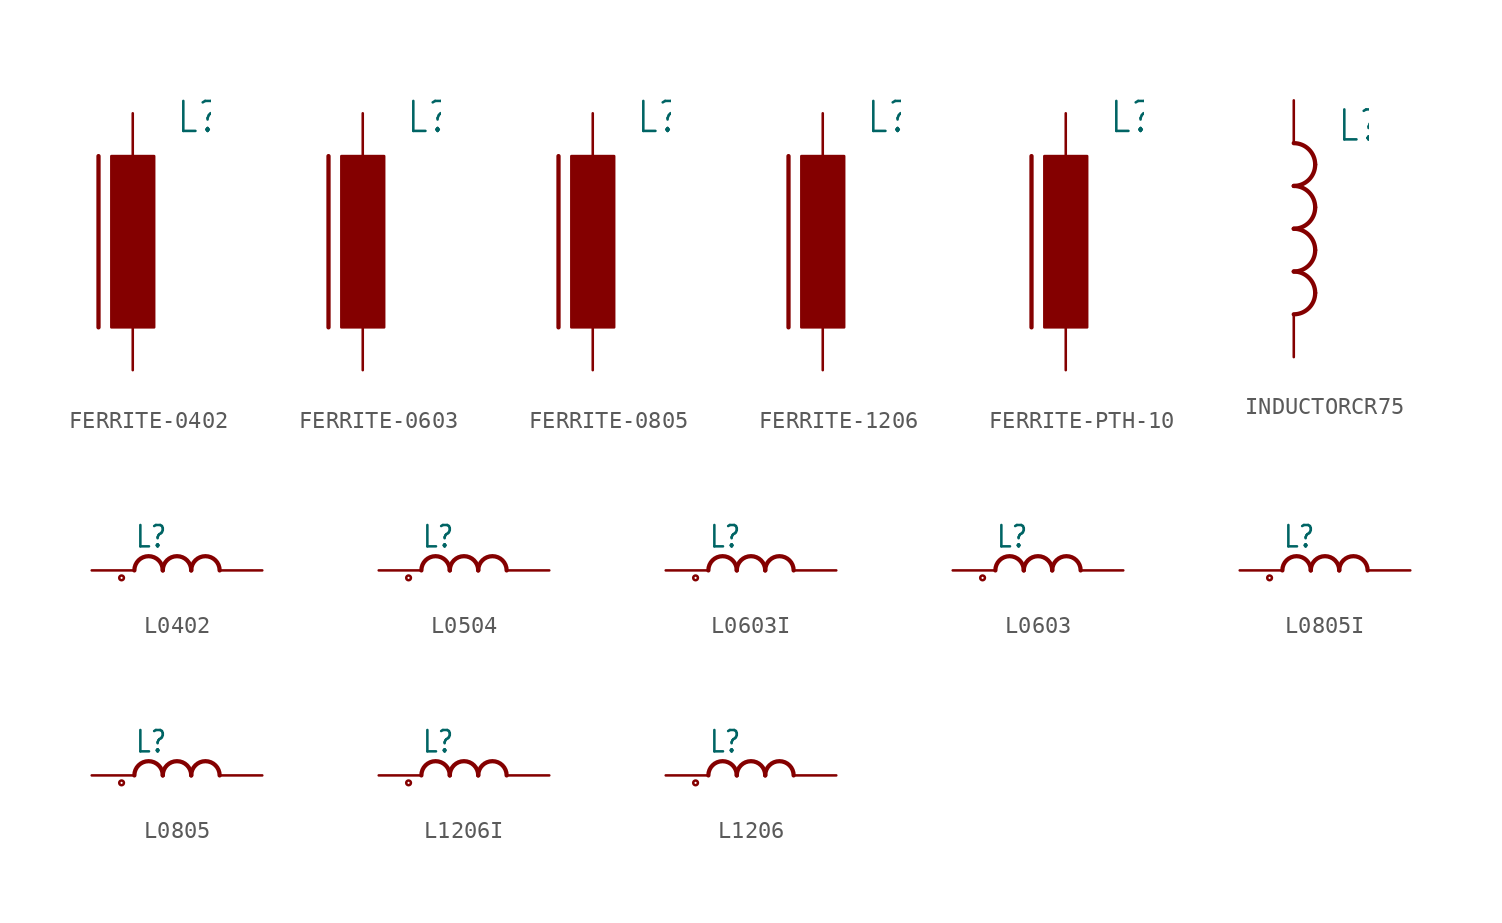
<source format=kicad_sym>
(kicad_symbol_lib
  (version 20220914)
  (generator kicad_symbol_editor)
  (symbol "FERRITE-0402"
    (property "Reference" "L"
      (at 2.54 6.35 0)
      (effects (font (size 1.778 1.511)) (justify left bottom)))
    (property "Value" ""
      (at 2.54 -6.35 0)
      (effects (font (size 1.778 1.511)) (justify left bottom)))
    (property "ki_locked" ""
      (at 0 0 0)
      (effects (font (size 1.27 1.27))))
    (symbol "FERRITE-0402_1_0"
      (rectangle (start -1.27 -5.08) (end 1.27 5.08) (stroke (width 0) (type default)) (fill (type outline)))
      (polyline (pts (xy -2.032 -5.08) (xy -2.032 5.08)) (stroke (width 0.254) (type solid)) (fill (type none)))
      (pin passive line (at 0 7.62 270) (length 2.54) (name "1" (effects (font (size 0 0)))) (number "1" (effects (font (size 0 0)))))
      (pin passive line (at 0 -7.62 90) (length 2.54) (name "2" (effects (font (size 0 0)))) (number "2" (effects (font (size 0 0)))))))
  (symbol "FERRITE-0603"
    (property "Reference" "L"
      (at 2.54 6.35 0)
      (effects (font (size 1.778 1.511)) (justify left bottom)))
    (property "Value" ""
      (at 2.54 -6.35 0)
      (effects (font (size 1.778 1.511)) (justify left bottom)))
    (property "ki_locked" ""
      (at 0 0 0)
      (effects (font (size 1.27 1.27))))
    (symbol "FERRITE-0603_1_0"
      (rectangle (start -1.27 -5.08) (end 1.27 5.08) (stroke (width 0) (type default)) (fill (type outline)))
      (polyline (pts (xy -2.032 -5.08) (xy -2.032 5.08)) (stroke (width 0.254) (type solid)) (fill (type none)))
      (pin passive line (at 0 7.62 270) (length 2.54) (name "1" (effects (font (size 0 0)))) (number "1" (effects (font (size 0 0)))))
      (pin passive line (at 0 -7.62 90) (length 2.54) (name "2" (effects (font (size 0 0)))) (number "2" (effects (font (size 0 0)))))))
  (symbol "FERRITE-0805"
    (property "Reference" "L"
      (at 2.54 6.35 0)
      (effects (font (size 1.778 1.511)) (justify left bottom)))
    (property "Value" ""
      (at 2.54 -6.35 0)
      (effects (font (size 1.778 1.511)) (justify left bottom)))
    (property "ki_locked" ""
      (at 0 0 0)
      (effects (font (size 1.27 1.27))))
    (symbol "FERRITE-0805_1_0"
      (rectangle (start -1.27 -5.08) (end 1.27 5.08) (stroke (width 0) (type default)) (fill (type outline)))
      (polyline (pts (xy -2.032 -5.08) (xy -2.032 5.08)) (stroke (width 0.254) (type solid)) (fill (type none)))
      (pin passive line (at 0 7.62 270) (length 2.54) (name "1" (effects (font (size 0 0)))) (number "1" (effects (font (size 0 0)))))
      (pin passive line (at 0 -7.62 90) (length 2.54) (name "2" (effects (font (size 0 0)))) (number "2" (effects (font (size 0 0)))))))
  (symbol "FERRITE-1206"
    (property "Reference" "L"
      (at 2.54 6.35 0)
      (effects (font (size 1.778 1.511)) (justify left bottom)))
    (property "Value" ""
      (at 2.54 -6.35 0)
      (effects (font (size 1.778 1.511)) (justify left bottom)))
    (property "ki_locked" ""
      (at 0 0 0)
      (effects (font (size 1.27 1.27))))
    (symbol "FERRITE-1206_1_0"
      (rectangle (start -1.27 -5.08) (end 1.27 5.08) (stroke (width 0) (type default)) (fill (type outline)))
      (polyline (pts (xy -2.032 -5.08) (xy -2.032 5.08)) (stroke (width 0.254) (type solid)) (fill (type none)))
      (pin passive line (at 0 7.62 270) (length 2.54) (name "1" (effects (font (size 0 0)))) (number "1" (effects (font (size 0 0)))))
      (pin passive line (at 0 -7.62 90) (length 2.54) (name "2" (effects (font (size 0 0)))) (number "2" (effects (font (size 0 0)))))))
  (symbol "FERRITE-PTH-10"
    (property "Reference" "L"
      (at 2.54 6.35 0)
      (effects (font (size 1.778 1.511)) (justify left bottom)))
    (property "Value" ""
      (at 2.54 -6.35 0)
      (effects (font (size 1.778 1.511)) (justify left bottom)))
    (property "ki_locked" ""
      (at 0 0 0)
      (effects (font (size 1.27 1.27))))
    (symbol "FERRITE-PTH-10_1_0"
      (rectangle (start -1.27 -5.08) (end 1.27 5.08) (stroke (width 0) (type default)) (fill (type outline)))
      (polyline (pts (xy -2.032 -5.08) (xy -2.032 5.08)) (stroke (width 0.254) (type solid)) (fill (type none)))
      (pin passive line (at 0 7.62 270) (length 2.54) (name "1" (effects (font (size 0 0)))) (number "1" (effects (font (size 0 0)))))
      (pin passive line (at 0 -7.62 90) (length 2.54) (name "2" (effects (font (size 0 0)))) (number "2" (effects (font (size 0 0)))))))
  (symbol "INDUCTORCR75"
    (property "Reference" "L"
      (at 2.54 5.08 0)
      (effects (font (size 1.778 1.511)) (justify left bottom)))
    (property "Value" ""
      (at 2.54 -5.08 0)
      (effects (font (size 1.778 1.511)) (justify left bottom)))
    (property "ki_locked" ""
      (at 0 0 0)
      (effects (font (size 1.27 1.27))))
    (symbol "INDUCTORCR75_1_0"
      (arc (start 0 -5.08) (mid 0.898 -4.708) (end 1.27 -3.81) (stroke (width 0.254) (type solid)) (fill (type none)))
      (arc (start 0 -2.54) (mid 0.898 -2.168) (end 1.27 -1.27) (stroke (width 0.254) (type solid)) (fill (type none)))
      (arc (start 0 0) (mid 0.898 0.372) (end 1.27 1.27) (stroke (width 0.254) (type solid)) (fill (type none)))
      (arc (start 0 2.54) (mid 0.898 2.912) (end 1.27 3.81) (stroke (width 0.254) (type solid)) (fill (type none)))
      (arc (start 1.27 -3.81) (mid 0.898 -2.912) (end 0 -2.54) (stroke (width 0.254) (type solid)) (fill (type none)))
      (arc (start 1.27 -1.27) (mid 0.898 -0.372) (end 0 0) (stroke (width 0.254) (type solid)) (fill (type none)))
      (arc (start 1.27 1.27) (mid 0.898 2.168) (end 0 2.54) (stroke (width 0.254) (type solid)) (fill (type none)))
      (arc (start 1.27 3.81) (mid 0.898 4.708) (end 0 5.08) (stroke (width 0.254) (type solid)) (fill (type none)))
      (pin passive line (at 0 7.62 270) (length 2.54) (name "1" (effects (font (size 0 0)))) (number "P$1" (effects (font (size 0 0)))))
      (pin passive line (at 0 -7.62 90) (length 2.54) (name "2" (effects (font (size 0 0)))) (number "P$2" (effects (font (size 0 0)))))))
  (symbol "L0402"
    (property "Reference" "L"
      (at -2.54 1.27 0)
      (effects (font (size 1.27 1.079)) (justify left bottom)))
    (property "Value" ""
      (at -2.54 -1.778 0)
      (effects (font (size 1.27 1.079)) (justify left bottom)))
    (property "ki_locked" ""
      (at 0 0 0)
      (effects (font (size 1.27 1.27))))
    (symbol "L0402_1_0"
      (circle (center -3.302 -0.445) (radius 0.064) (stroke (width 0) (type solid)) (fill (type none)))
      (arc (start -0.8468 0) (mid -1.6934 0.8466) (end -2.54 0) (stroke (width 0.254) (type solid)) (fill (type none)))
      (arc (start 0.8467 0) (mid 0 0.8467) (end -0.8467 0) (stroke (width 0.254) (type solid)) (fill (type none)))
      (arc (start 2.54 0) (mid 1.6934 0.8466) (end 0.8468 0) (stroke (width 0.254) (type solid)) (fill (type none)))
      (pin passive line (at -5.08 0 0) (length 2.54) (name "1" (effects (font (size 0 0)))) (number "1" (effects (font (size 0 0)))))
      (pin passive line (at 5.08 0 180) (length 2.54) (name "2" (effects (font (size 0 0)))) (number "2" (effects (font (size 0 0)))))))
  (symbol "L0504"
    (property "Reference" "L"
      (at -2.54 1.27 0)
      (effects (font (size 1.27 1.079)) (justify left bottom)))
    (property "Value" ""
      (at -2.54 -1.778 0)
      (effects (font (size 1.27 1.079)) (justify left bottom)))
    (property "ki_locked" ""
      (at 0 0 0)
      (effects (font (size 1.27 1.27))))
    (symbol "L0504_1_0"
      (circle (center -3.302 -0.445) (radius 0.064) (stroke (width 0) (type solid)) (fill (type none)))
      (arc (start -0.8468 0) (mid -1.6934 0.8466) (end -2.54 0) (stroke (width 0.254) (type solid)) (fill (type none)))
      (arc (start 0.8467 0) (mid 0 0.8467) (end -0.8467 0) (stroke (width 0.254) (type solid)) (fill (type none)))
      (arc (start 2.54 0) (mid 1.6934 0.8466) (end 0.8468 0) (stroke (width 0.254) (type solid)) (fill (type none)))
      (pin passive line (at -5.08 0 0) (length 2.54) (name "1" (effects (font (size 0 0)))) (number "1" (effects (font (size 0 0)))))
      (pin passive line (at 5.08 0 180) (length 2.54) (name "2" (effects (font (size 0 0)))) (number "2" (effects (font (size 0 0)))))))
  (symbol "L0603I"
    (property "Reference" "L"
      (at -2.54 1.27 0)
      (effects (font (size 1.27 1.079)) (justify left bottom)))
    (property "Value" ""
      (at -2.54 -1.778 0)
      (effects (font (size 1.27 1.079)) (justify left bottom)))
    (property "ki_locked" ""
      (at 0 0 0)
      (effects (font (size 1.27 1.27))))
    (symbol "L0603I_1_0"
      (circle (center -3.302 -0.445) (radius 0.064) (stroke (width 0) (type solid)) (fill (type none)))
      (arc (start -0.8468 0) (mid -1.6934 0.8466) (end -2.54 0) (stroke (width 0.254) (type solid)) (fill (type none)))
      (arc (start 0.8467 0) (mid 0 0.8467) (end -0.8467 0) (stroke (width 0.254) (type solid)) (fill (type none)))
      (arc (start 2.54 0) (mid 1.6934 0.8466) (end 0.8468 0) (stroke (width 0.254) (type solid)) (fill (type none)))
      (pin passive line (at -5.08 0 0) (length 2.54) (name "1" (effects (font (size 0 0)))) (number "1" (effects (font (size 0 0)))))
      (pin passive line (at 5.08 0 180) (length 2.54) (name "2" (effects (font (size 0 0)))) (number "2" (effects (font (size 0 0)))))))
  (symbol "L0603"
    (property "Reference" "L"
      (at -2.54 1.27 0)
      (effects (font (size 1.27 1.079)) (justify left bottom)))
    (property "Value" ""
      (at -2.54 -1.778 0)
      (effects (font (size 1.27 1.079)) (justify left bottom)))
    (property "ki_locked" ""
      (at 0 0 0)
      (effects (font (size 1.27 1.27))))
    (symbol "L0603_1_0"
      (circle (center -3.302 -0.445) (radius 0.064) (stroke (width 0) (type solid)) (fill (type none)))
      (arc (start -0.8468 0) (mid -1.6934 0.8466) (end -2.54 0) (stroke (width 0.254) (type solid)) (fill (type none)))
      (arc (start 0.8467 0) (mid 0 0.8467) (end -0.8467 0) (stroke (width 0.254) (type solid)) (fill (type none)))
      (arc (start 2.54 0) (mid 1.6934 0.8466) (end 0.8468 0) (stroke (width 0.254) (type solid)) (fill (type none)))
      (pin passive line (at -5.08 0 0) (length 2.54) (name "1" (effects (font (size 0 0)))) (number "1" (effects (font (size 0 0)))))
      (pin passive line (at 5.08 0 180) (length 2.54) (name "2" (effects (font (size 0 0)))) (number "2" (effects (font (size 0 0)))))))
  (symbol "L0805I"
    (property "Reference" "L"
      (at -2.54 1.27 0)
      (effects (font (size 1.27 1.079)) (justify left bottom)))
    (property "Value" ""
      (at -2.54 -1.778 0)
      (effects (font (size 1.27 1.079)) (justify left bottom)))
    (property "ki_locked" ""
      (at 0 0 0)
      (effects (font (size 1.27 1.27))))
    (symbol "L0805I_1_0"
      (circle (center -3.302 -0.445) (radius 0.064) (stroke (width 0) (type solid)) (fill (type none)))
      (arc (start -0.8468 0) (mid -1.6934 0.8466) (end -2.54 0) (stroke (width 0.254) (type solid)) (fill (type none)))
      (arc (start 0.8467 0) (mid 0 0.8467) (end -0.8467 0) (stroke (width 0.254) (type solid)) (fill (type none)))
      (arc (start 2.54 0) (mid 1.6934 0.8466) (end 0.8468 0) (stroke (width 0.254) (type solid)) (fill (type none)))
      (pin passive line (at -5.08 0 0) (length 2.54) (name "1" (effects (font (size 0 0)))) (number "1" (effects (font (size 0 0)))))
      (pin passive line (at 5.08 0 180) (length 2.54) (name "2" (effects (font (size 0 0)))) (number "2" (effects (font (size 0 0)))))))
  (symbol "L0805"
    (property "Reference" "L"
      (at -2.54 1.27 0)
      (effects (font (size 1.27 1.079)) (justify left bottom)))
    (property "Value" ""
      (at -2.54 -1.778 0)
      (effects (font (size 1.27 1.079)) (justify left bottom)))
    (property "ki_locked" ""
      (at 0 0 0)
      (effects (font (size 1.27 1.27))))
    (symbol "L0805_1_0"
      (circle (center -3.302 -0.445) (radius 0.064) (stroke (width 0) (type solid)) (fill (type none)))
      (arc (start -0.8468 0) (mid -1.6934 0.8466) (end -2.54 0) (stroke (width 0.254) (type solid)) (fill (type none)))
      (arc (start 0.8467 0) (mid 0 0.8467) (end -0.8467 0) (stroke (width 0.254) (type solid)) (fill (type none)))
      (arc (start 2.54 0) (mid 1.6934 0.8466) (end 0.8468 0) (stroke (width 0.254) (type solid)) (fill (type none)))
      (pin passive line (at -5.08 0 0) (length 2.54) (name "1" (effects (font (size 0 0)))) (number "1" (effects (font (size 0 0)))))
      (pin passive line (at 5.08 0 180) (length 2.54) (name "2" (effects (font (size 0 0)))) (number "2" (effects (font (size 0 0)))))))
  (symbol "L1206I"
    (property "Reference" "L"
      (at -2.54 1.27 0)
      (effects (font (size 1.27 1.079)) (justify left bottom)))
    (property "Value" ""
      (at -2.54 -1.778 0)
      (effects (font (size 1.27 1.079)) (justify left bottom)))
    (property "ki_locked" ""
      (at 0 0 0)
      (effects (font (size 1.27 1.27))))
    (symbol "L1206I_1_0"
      (circle (center -3.302 -0.445) (radius 0.064) (stroke (width 0) (type solid)) (fill (type none)))
      (arc (start -0.8468 0) (mid -1.6934 0.8466) (end -2.54 0) (stroke (width 0.254) (type solid)) (fill (type none)))
      (arc (start 0.8467 0) (mid 0 0.8467) (end -0.8467 0) (stroke (width 0.254) (type solid)) (fill (type none)))
      (arc (start 2.54 0) (mid 1.6934 0.8466) (end 0.8468 0) (stroke (width 0.254) (type solid)) (fill (type none)))
      (pin passive line (at -5.08 0 0) (length 2.54) (name "1" (effects (font (size 0 0)))) (number "1" (effects (font (size 0 0)))))
      (pin passive line (at 5.08 0 180) (length 2.54) (name "2" (effects (font (size 0 0)))) (number "2" (effects (font (size 0 0)))))))
  (symbol "L1206"
    (property "Reference" "L"
      (at -2.54 1.27 0)
      (effects (font (size 1.27 1.079)) (justify left bottom)))
    (property "Value" ""
      (at -2.54 -1.778 0)
      (effects (font (size 1.27 1.079)) (justify left bottom)))
    (property "ki_locked" ""
      (at 0 0 0)
      (effects (font (size 1.27 1.27))))
    (symbol "L1206_1_0"
      (circle (center -3.302 -0.445) (radius 0.064) (stroke (width 0) (type solid)) (fill (type none)))
      (arc (start -0.8468 0) (mid -1.6934 0.8466) (end -2.54 0) (stroke (width 0.254) (type solid)) (fill (type none)))
      (arc (start 0.8467 0) (mid 0 0.8467) (end -0.8467 0) (stroke (width 0.254) (type solid)) (fill (type none)))
      (arc (start 2.54 0) (mid 1.6934 0.8466) (end 0.8468 0) (stroke (width 0.254) (type solid)) (fill (type none)))
      (pin passive line (at -5.08 0 0) (length 2.54) (name "1" (effects (font (size 0 0)))) (number "1" (effects (font (size 0 0)))))
      (pin passive line (at 5.08 0 180) (length 2.54) (name "2" (effects (font (size 0 0)))) (number "2" (effects (font (size 0 0))))))))
</source>
